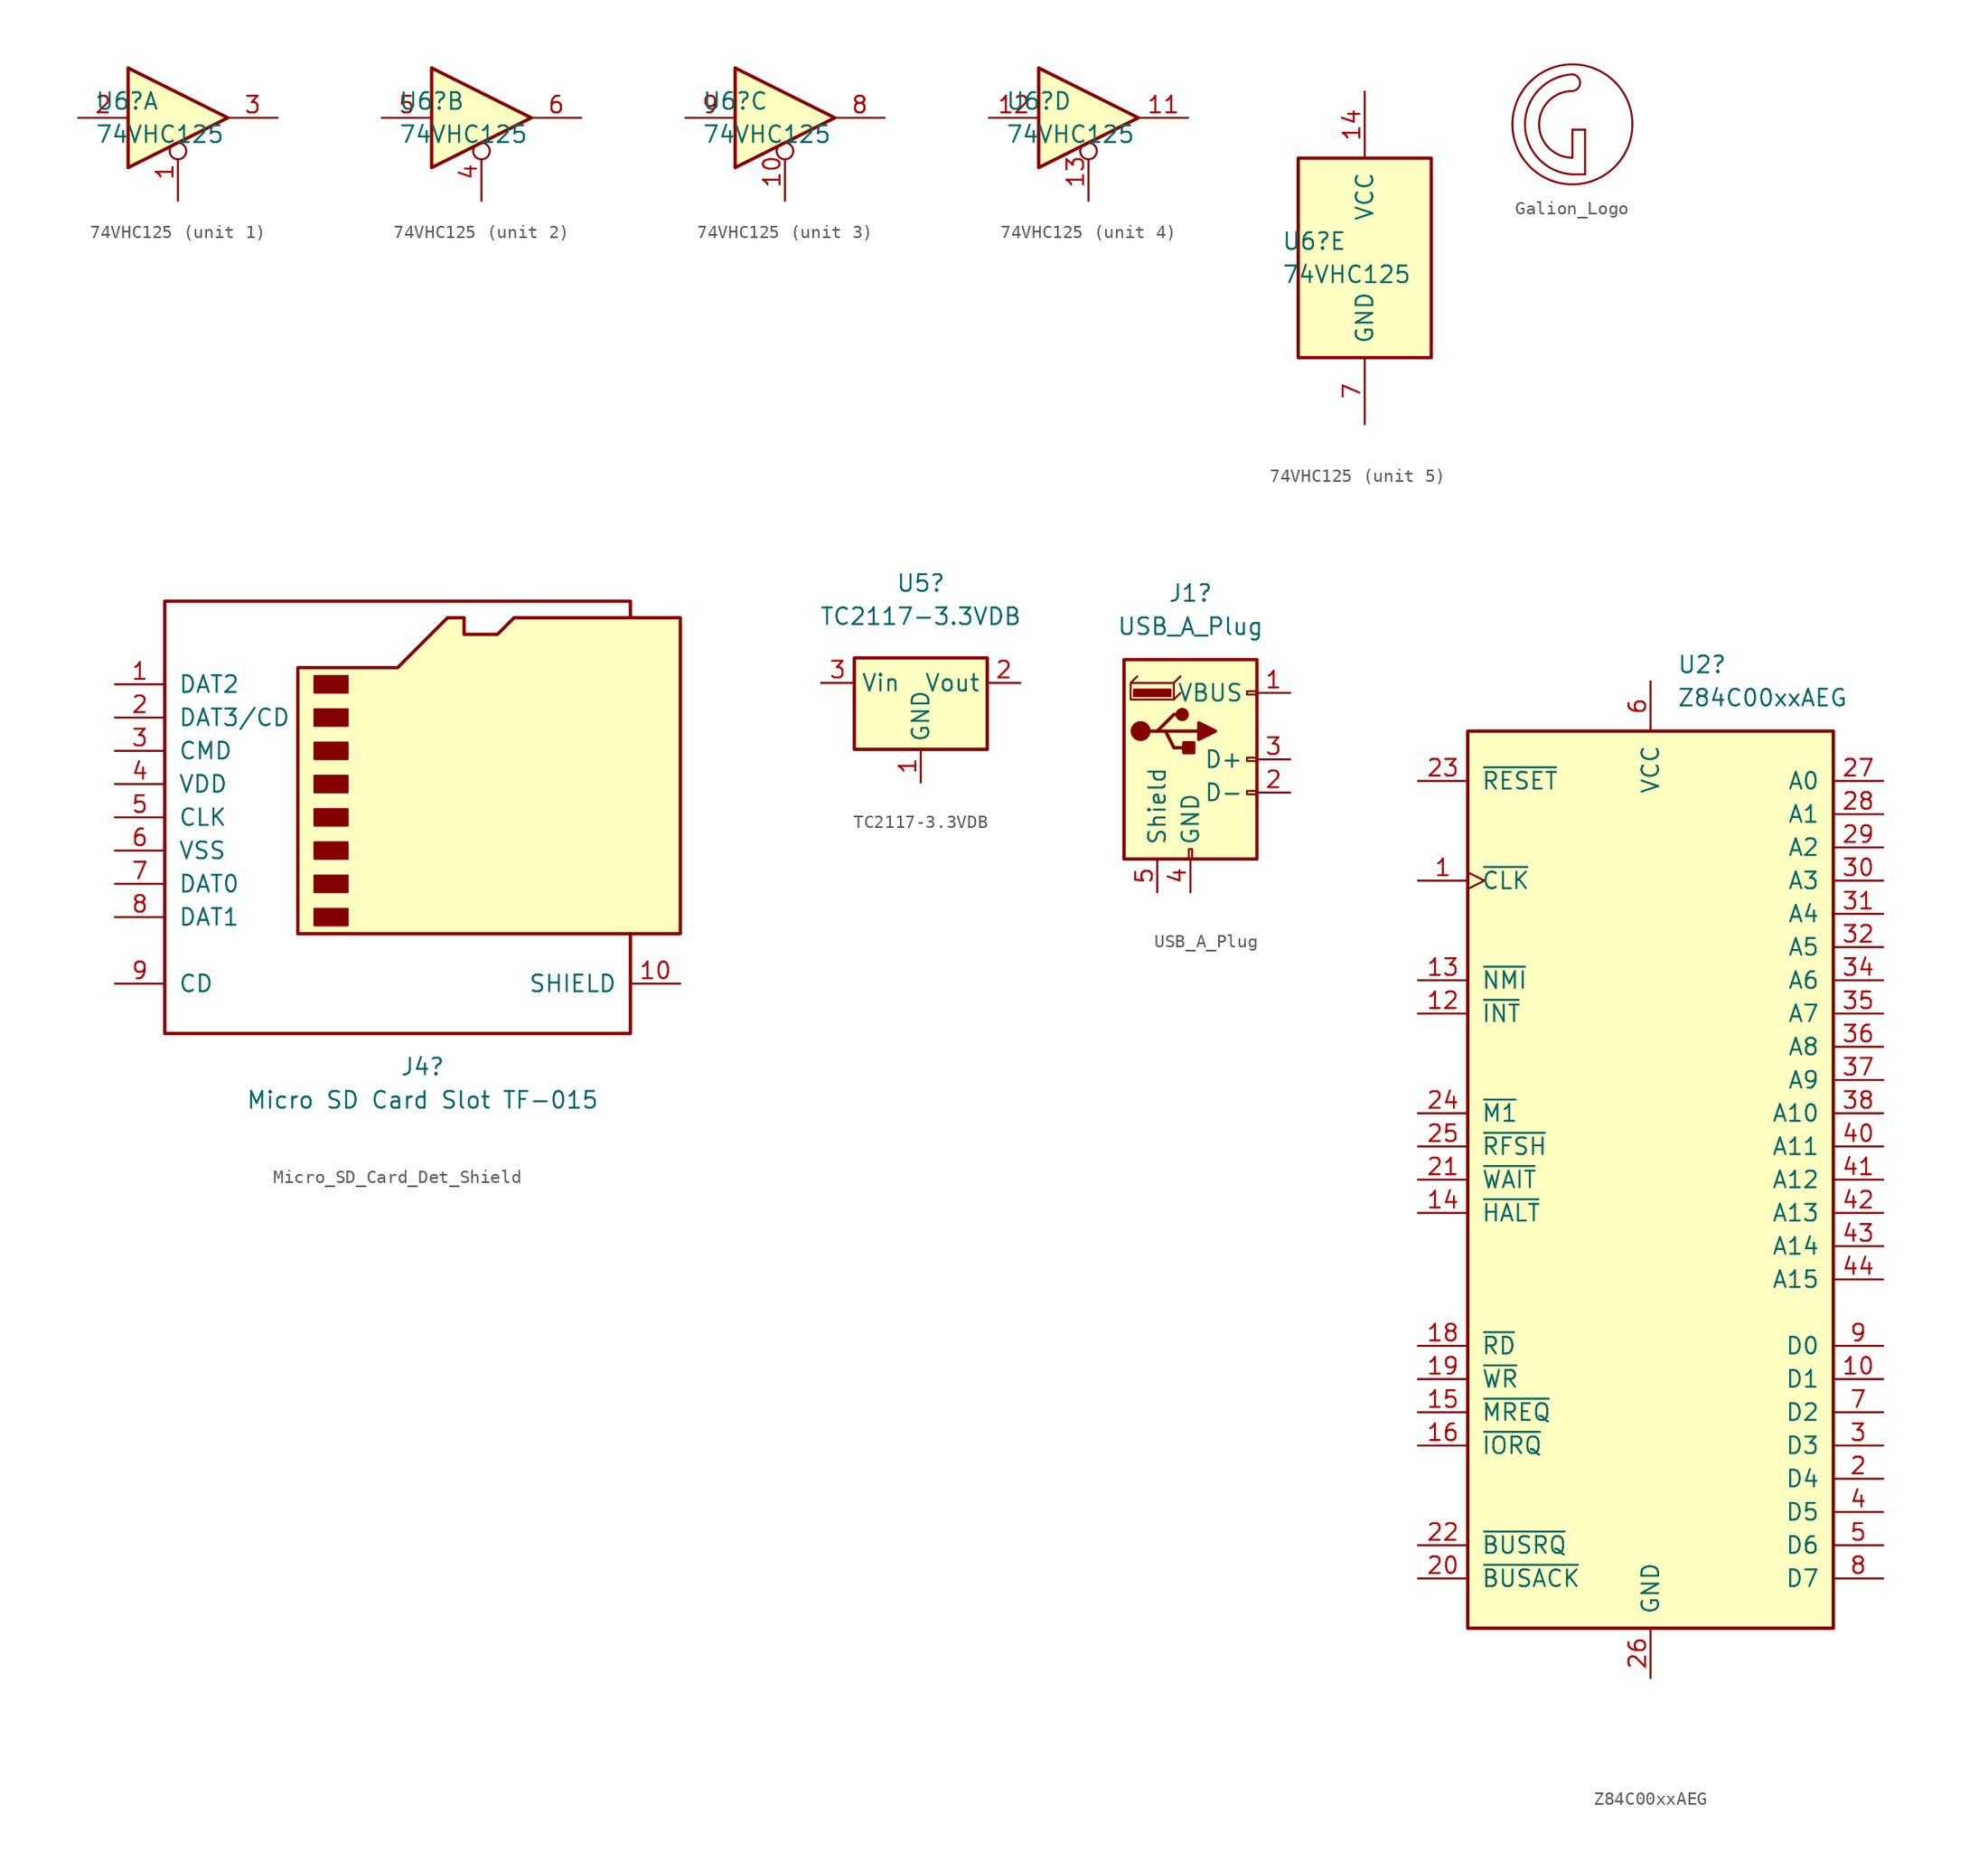
<source format=kicad_sym>
(kicad_symbol_lib
  (version 20220914)
  (generator kicad_symbol_editor)
  (symbol "74VHC125"
    (pin_names
      (offset 1.016))
    (property "Reference" "U6"
      (at -6.35 1.27 0)
      (effects (font (size 1.27 1.27)) (justify left)))
    (property "Value" "74VHC125"
      (at -6.35 -1.27 0)
      (effects (font (size 1.27 1.27)) (justify left)))
    (property "ki_locked" ""
      (at 0 0 0)
      (effects (font (size 1.27 1.27))))
    (symbol "74VHC125_1_0"
      (polyline (pts (xy -3.81 3.81) (xy -3.81 -3.81) (xy 3.81 0) (xy -3.81 3.81)) (stroke (width 0.254) (type default)) (fill (type background)))
      (pin input inverted (at 0 -6.35 90) (length 4.445) (name "~" (effects (font (size 1.27 1.27)))) (number "1" (effects (font (size 1.27 1.27)))))
      (pin input line (at -7.62 0 0) (length 3.81) (name "~" (effects (font (size 1.27 1.27)))) (number "2" (effects (font (size 1.27 1.27)))))
      (pin tri_state line (at 7.62 0 180) (length 3.81) (name "~" (effects (font (size 1.27 1.27)))) (number "3" (effects (font (size 1.27 1.27))))))
    (symbol "74VHC125_2_0"
      (polyline (pts (xy -3.81 3.81) (xy -3.81 -3.81) (xy 3.81 0) (xy -3.81 3.81)) (stroke (width 0.254) (type default)) (fill (type background)))
      (pin input inverted (at 0 -6.35 90) (length 4.445) (name "~" (effects (font (size 1.27 1.27)))) (number "4" (effects (font (size 1.27 1.27)))))
      (pin input line (at -7.62 0 0) (length 3.81) (name "~" (effects (font (size 1.27 1.27)))) (number "5" (effects (font (size 1.27 1.27)))))
      (pin tri_state line (at 7.62 0 180) (length 3.81) (name "~" (effects (font (size 1.27 1.27)))) (number "6" (effects (font (size 1.27 1.27))))))
    (symbol "74VHC125_3_0"
      (polyline (pts (xy -3.81 3.81) (xy -3.81 -3.81) (xy 3.81 0) (xy -3.81 3.81)) (stroke (width 0.254) (type default)) (fill (type background)))
      (pin input inverted (at 0 -6.35 90) (length 4.445) (name "~" (effects (font (size 1.27 1.27)))) (number "10" (effects (font (size 1.27 1.27)))))
      (pin tri_state line (at 7.62 0 180) (length 3.81) (name "~" (effects (font (size 1.27 1.27)))) (number "8" (effects (font (size 1.27 1.27)))))
      (pin input line (at -7.62 0 0) (length 3.81) (name "~" (effects (font (size 1.27 1.27)))) (number "9" (effects (font (size 1.27 1.27))))))
    (symbol "74VHC125_4_0"
      (polyline (pts (xy -3.81 3.81) (xy -3.81 -3.81) (xy 3.81 0) (xy -3.81 3.81)) (stroke (width 0.254) (type default)) (fill (type background)))
      (pin tri_state line (at 7.62 0 180) (length 3.81) (name "~" (effects (font (size 1.27 1.27)))) (number "11" (effects (font (size 1.27 1.27)))))
      (pin input line (at -7.62 0 0) (length 3.81) (name "~" (effects (font (size 1.27 1.27)))) (number "12" (effects (font (size 1.27 1.27)))))
      (pin input inverted (at 0 -6.35 90) (length 4.445) (name "~" (effects (font (size 1.27 1.27)))) (number "13" (effects (font (size 1.27 1.27))))))
    (symbol "74VHC125_5_0"
      (pin power_in line (at 0 12.7 270) (length 5.08) (name "VCC" (effects (font (size 1.27 1.27)))) (number "14" (effects (font (size 1.27 1.27)))))
      (pin power_in line (at 0 -12.7 90) (length 5.08) (name "GND" (effects (font (size 1.27 1.27)))) (number "7" (effects (font (size 1.27 1.27))))))
    (symbol "74VHC125_5_1"
      (rectangle (start -5.08 7.62) (end 5.08 -7.62) (stroke (width 0.254) (type default)) (fill (type background)))))
  (symbol "Galion_Logo"
    (pin_names
      (offset 1.016))
    (property "Reference" "SYM1"
      (at -6.35 0 0)
      (effects (font (size 1.27 1.27)) hide))
    (symbol "Galion_Logo_0_1"
      (polyline (pts (xy 0 -3.81) (xy 0.965 -3.81)) (stroke (width 0) (type default)) (fill (type none)))
      (polyline (pts (xy 0 -2.54) (xy 0 -0.406)) (stroke (width 0) (type default)) (fill (type none)))
      (polyline (pts (xy 0 -0.406) (xy 0.965 -0.406)) (stroke (width 0) (type default)) (fill (type none)))
      (polyline (pts (xy 0.965 -0.406) (xy 0.965 -3.81)) (stroke (width 0) (type default)) (fill (type none)))
      (circle (center 0 0) (radius 4.572) (stroke (width 0) (type default)) (fill (type none)))
      (arc (start 0 2.54) (mid -2.529 0) (end 0 -2.54) (stroke (width 0) (type default)) (fill (type none)))
      (arc (start 0 3.81) (mid -3.6161 0) (end 0 -3.81) (stroke (width 0) (type default)) (fill (type none)))
      (arc (start 0.0254 2.54) (mid 0.5887 3.1866) (end 0 3.81) (stroke (width 0) (type default)) (fill (type none)))))
  (symbol "Micro_SD_Card_Det_Shield"
    (pin_names
      (offset 1.016))
    (property "Reference" "J4"
      (at 0.635 -19.05 0)
      (effects (font (size 1.27 1.27))))
    (property "Value" "Micro SD Card Slot TF-015"
      (at 0.635 -21.59 0)
      (effects (font (size 1.27 1.27))))
    (symbol "Micro_SD_Card_Det_Shield_0_1"
      (rectangle (start -7.62 -6.985) (end -5.08 -8.255) (stroke (width 0) (type default)) (fill (type outline)))
      (rectangle (start -7.62 -4.445) (end -5.08 -5.715) (stroke (width 0) (type default)) (fill (type outline)))
      (rectangle (start -7.62 -1.905) (end -5.08 -3.175) (stroke (width 0) (type default)) (fill (type outline)))
      (rectangle (start -7.62 0.635) (end -5.08 -0.635) (stroke (width 0) (type default)) (fill (type outline)))
      (rectangle (start -7.62 3.175) (end -5.08 1.905) (stroke (width 0) (type default)) (fill (type outline)))
      (rectangle (start -7.62 5.715) (end -5.08 4.445) (stroke (width 0) (type default)) (fill (type outline)))
      (rectangle (start -7.62 8.255) (end -5.08 6.985) (stroke (width 0) (type default)) (fill (type outline)))
      (rectangle (start -7.62 10.795) (end -5.08 9.525) (stroke (width 0) (type default)) (fill (type outline)))
      (polyline (pts (xy 16.51 15.24) (xy 16.51 16.51) (xy -19.05 16.51) (xy -19.05 -16.51) (xy 16.51 -16.51) (xy 16.51 -8.89)) (stroke (width 0.254) (type default)) (fill (type none)))
      (polyline (pts (xy -8.89 -8.89) (xy -8.89 11.43) (xy -1.27 11.43) (xy 2.54 15.24) (xy 3.81 15.24) (xy 3.81 13.97) (xy 6.35 13.97) (xy 7.62 15.24) (xy 20.32 15.24) (xy 20.32 -8.89) (xy -8.89 -8.89)) (stroke (width 0.254) (type default)) (fill (type background))))
    (symbol "Micro_SD_Card_Det_Shield_1_1"
      (pin bidirectional line (at -22.86 10.16 0) (length 3.81) (name "DAT2" (effects (font (size 1.27 1.27)))) (number "1" (effects (font (size 1.27 1.27)))))
      (pin passive line (at 20.32 -12.7 180) (length 3.81) (name "SHIELD" (effects (font (size 1.27 1.27)))) (number "10" (effects (font (size 1.27 1.27)))))
      (pin bidirectional line (at -22.86 7.62 0) (length 3.81) (name "DAT3/CD" (effects (font (size 1.27 1.27)))) (number "2" (effects (font (size 1.27 1.27)))))
      (pin input line (at -22.86 5.08 0) (length 3.81) (name "CMD" (effects (font (size 1.27 1.27)))) (number "3" (effects (font (size 1.27 1.27)))))
      (pin power_in line (at -22.86 2.54 0) (length 3.81) (name "VDD" (effects (font (size 1.27 1.27)))) (number "4" (effects (font (size 1.27 1.27)))))
      (pin input line (at -22.86 0 0) (length 3.81) (name "CLK" (effects (font (size 1.27 1.27)))) (number "5" (effects (font (size 1.27 1.27)))))
      (pin power_in line (at -22.86 -2.54 0) (length 3.81) (name "VSS" (effects (font (size 1.27 1.27)))) (number "6" (effects (font (size 1.27 1.27)))))
      (pin bidirectional line (at -22.86 -5.08 0) (length 3.81) (name "DAT0" (effects (font (size 1.27 1.27)))) (number "7" (effects (font (size 1.27 1.27)))))
      (pin bidirectional line (at -22.86 -7.62 0) (length 3.81) (name "DAT1" (effects (font (size 1.27 1.27)))) (number "8" (effects (font (size 1.27 1.27)))))
      (pin passive line (at -22.86 -12.7 0) (length 3.81) (name "CD" (effects (font (size 1.27 1.27)))) (number "9" (effects (font (size 1.27 1.27)))))))
  (symbol "TC2117-3.3VDB"
    (property "Reference" "U5"
      (at 0 7.62 0)
      (effects (font (size 1.27 1.27))))
    (property "Value" "TC2117-3.3VDB"
      (at 0 5.08 0)
      (effects (font (size 1.27 1.27))))
    (symbol "TC2117-3.3VDB_0_1"
      (rectangle (start -5.08 -5.08) (end 5.08 1.905) (stroke (width 0.254) (type default)) (fill (type background))))
    (symbol "TC2117-3.3VDB_1_1"
      (pin power_in line (at 0 -7.62 90) (length 2.54) (name "GND" (effects (font (size 1.27 1.27)))) (number "1" (effects (font (size 1.27 1.27)))))
      (pin power_out line (at 7.62 0 180) (length 2.54) (name "Vout" (effects (font (size 1.27 1.27)))) (number "2" (effects (font (size 1.27 1.27)))))
      (pin power_in line (at -7.62 0 0) (length 2.54) (name "Vin" (effects (font (size 1.27 1.27)))) (number "3" (effects (font (size 1.27 1.27)))))
      (pin passive line (at 7.62 0 180) (length 2.54) hide (name "Vout" (effects (font (size 1.27 1.27)))) (number "4" (effects (font (size 1.27 1.27)))))))
  (symbol "USB_A_Plug"
    (pin_names
      (offset 1.016))
    (property "Reference" "J1"
      (at 0 12.7 0)
      (effects (font (size 1.27 1.27))))
    (property "Value" "USB_A_Plug"
      (at 0 10.16 0)
      (effects (font (size 1.27 1.27))))
    (symbol "USB_A_Plug_0_1"
      (rectangle (start -5.08 -7.62) (end 5.08 7.62) (stroke (width 0.254) (type default)) (fill (type background)))
      (circle (center -3.81 2.159) (radius 0.635) (stroke (width 0.254) (type default)) (fill (type outline)))
      (rectangle (start -1.524 4.826) (end -4.318 5.334) (stroke (width 0) (type default)) (fill (type outline)))
      (rectangle (start -1.27 4.572) (end -4.572 5.842) (stroke (width 0) (type default)) (fill (type none)))
      (circle (center -0.635 3.429) (radius 0.381) (stroke (width 0.254) (type default)) (fill (type outline)))
      (rectangle (start -0.127 -7.62) (end 0.127 -6.858) (stroke (width 0) (type default)) (fill (type none)))
      (polyline (pts (xy -4.572 5.842) (xy -4.064 6.35)) (stroke (width 0) (type default)) (fill (type none)))
      (polyline (pts (xy -1.27 4.572) (xy -0.762 5.08)) (stroke (width 0) (type default)) (fill (type none)))
      (polyline (pts (xy -1.27 5.842) (xy -0.762 6.35)) (stroke (width 0) (type default)) (fill (type none)))
      (polyline (pts (xy -3.175 2.159) (xy -2.54 2.159) (xy -1.27 3.429) (xy -0.635 3.429)) (stroke (width 0.254) (type default)) (fill (type none)))
      (polyline (pts (xy -2.54 2.159) (xy -1.905 2.159) (xy -1.27 0.889) (xy 0 0.889)) (stroke (width 0.254) (type default)) (fill (type none)))
      (polyline (pts (xy 0.635 2.794) (xy 0.635 1.524) (xy 1.905 2.159) (xy 0.635 2.794)) (stroke (width 0.254) (type default)) (fill (type outline)))
      (rectangle (start 0.254 1.27) (end -0.508 0.508) (stroke (width 0.254) (type default)) (fill (type outline)))
      (rectangle (start 5.08 -2.667) (end 4.318 -2.413) (stroke (width 0) (type default)) (fill (type none)))
      (rectangle (start 5.08 -0.127) (end 4.318 0.127) (stroke (width 0) (type default)) (fill (type none)))
      (rectangle (start 5.08 4.953) (end 4.318 5.207) (stroke (width 0) (type default)) (fill (type none))))
    (symbol "USB_A_Plug_1_1"
      (polyline (pts (xy -1.905 2.159) (xy 0.635 2.159)) (stroke (width 0.254) (type default)) (fill (type none)))
      (pin power_out line (at 7.62 5.08 180) (length 2.54) (name "VBUS" (effects (font (size 1.27 1.27)))) (number "1" (effects (font (size 1.27 1.27)))))
      (pin bidirectional line (at 7.62 -2.54 180) (length 2.54) (name "D-" (effects (font (size 1.27 1.27)))) (number "2" (effects (font (size 1.27 1.27)))))
      (pin bidirectional line (at 7.62 0 180) (length 2.54) (name "D+" (effects (font (size 1.27 1.27)))) (number "3" (effects (font (size 1.27 1.27)))))
      (pin power_out line (at 0 -10.16 90) (length 2.54) (name "GND" (effects (font (size 1.27 1.27)))) (number "4" (effects (font (size 1.27 1.27)))))
      (pin passive line (at -2.54 -10.16 90) (length 2.54) (name "Shield" (effects (font (size 1.27 1.27)))) (number "5" (effects (font (size 1.27 1.27)))))))
  (symbol "Z84C00xxAEG"
    (pin_names
      (offset 1.016))
    (property "Reference" "U2"
      (at 2.019 39.37 0)
      (effects (font (size 1.27 1.27)) (justify left)))
    (property "Value" "Z84C00xxAEG"
      (at 2.019 36.83 0)
      (effects (font (size 1.27 1.27)) (justify left)))
    (symbol "Z84C00xxAEG_0_1"
      (rectangle (start -13.97 34.29) (end 13.97 -34.29) (stroke (width 0.254) (type default)) (fill (type background))))
    (symbol "Z84C00xxAEG_1_1"
      (pin input clock (at -17.78 22.86 0) (length 3.81) (name "~{CLK}" (effects (font (size 1.27 1.27)))) (number "1" (effects (font (size 1.27 1.27)))))
      (pin bidirectional line (at 17.78 -15.24 180) (length 3.81) (name "D1" (effects (font (size 1.27 1.27)))) (number "10" (effects (font (size 1.27 1.27)))))
      (pin no_connect line (at -13.97 26.67 0) (length 2.54) hide (name "NC" (effects (font (size 1.27 1.27)))) (number "11" (effects (font (size 1.27 1.27)))))
      (pin input line (at -17.78 12.7 0) (length 3.81) (name "~{INT}" (effects (font (size 1.27 1.27)))) (number "12" (effects (font (size 1.27 1.27)))))
      (pin input line (at -17.78 15.24 0) (length 3.81) (name "~{NMI}" (effects (font (size 1.27 1.27)))) (number "13" (effects (font (size 1.27 1.27)))))
      (pin output line (at -17.78 -2.54 0) (length 3.81) (name "~{HALT}" (effects (font (size 1.27 1.27)))) (number "14" (effects (font (size 1.27 1.27)))))
      (pin output line (at -17.78 -17.78 0) (length 3.81) (name "~{MREQ}" (effects (font (size 1.27 1.27)))) (number "15" (effects (font (size 1.27 1.27)))))
      (pin output line (at -17.78 -20.32 0) (length 3.81) (name "~{IORQ}" (effects (font (size 1.27 1.27)))) (number "16" (effects (font (size 1.27 1.27)))))
      (pin no_connect line (at -13.97 19.05 0) (length 2.54) hide (name "NC" (effects (font (size 1.27 1.27)))) (number "17" (effects (font (size 1.27 1.27)))))
      (pin output line (at -17.78 -12.7 0) (length 3.81) (name "~{RD}" (effects (font (size 1.27 1.27)))) (number "18" (effects (font (size 1.27 1.27)))))
      (pin output line (at -17.78 -15.24 0) (length 3.81) (name "~{WR}" (effects (font (size 1.27 1.27)))) (number "19" (effects (font (size 1.27 1.27)))))
      (pin bidirectional line (at 17.78 -22.86 180) (length 3.81) (name "D4" (effects (font (size 1.27 1.27)))) (number "2" (effects (font (size 1.27 1.27)))))
      (pin output line (at -17.78 -30.48 0) (length 3.81) (name "~{BUSACK}" (effects (font (size 1.27 1.27)))) (number "20" (effects (font (size 1.27 1.27)))))
      (pin input line (at -17.78 0 0) (length 3.81) (name "~{WAIT}" (effects (font (size 1.27 1.27)))) (number "21" (effects (font (size 1.27 1.27)))))
      (pin input line (at -17.78 -27.94 0) (length 3.81) (name "~{BUSRQ}" (effects (font (size 1.27 1.27)))) (number "22" (effects (font (size 1.27 1.27)))))
      (pin input line (at -17.78 30.48 0) (length 3.81) (name "~{RESET}" (effects (font (size 1.27 1.27)))) (number "23" (effects (font (size 1.27 1.27)))))
      (pin output line (at -17.78 5.08 0) (length 3.81) (name "~{M1}" (effects (font (size 1.27 1.27)))) (number "24" (effects (font (size 1.27 1.27)))))
      (pin output line (at -17.78 2.54 0) (length 3.81) (name "~{RFSH}" (effects (font (size 1.27 1.27)))) (number "25" (effects (font (size 1.27 1.27)))))
      (pin power_in line (at 0 -38.1 90) (length 3.81) (name "GND" (effects (font (size 1.27 1.27)))) (number "26" (effects (font (size 1.27 1.27)))))
      (pin output line (at 17.78 30.48 180) (length 3.81) (name "A0" (effects (font (size 1.27 1.27)))) (number "27" (effects (font (size 1.27 1.27)))))
      (pin output line (at 17.78 27.94 180) (length 3.81) (name "A1" (effects (font (size 1.27 1.27)))) (number "28" (effects (font (size 1.27 1.27)))))
      (pin output line (at 17.78 25.4 180) (length 3.81) (name "A2" (effects (font (size 1.27 1.27)))) (number "29" (effects (font (size 1.27 1.27)))))
      (pin bidirectional line (at 17.78 -20.32 180) (length 3.81) (name "D3" (effects (font (size 1.27 1.27)))) (number "3" (effects (font (size 1.27 1.27)))))
      (pin output line (at 17.78 22.86 180) (length 3.81) (name "A3" (effects (font (size 1.27 1.27)))) (number "30" (effects (font (size 1.27 1.27)))))
      (pin output line (at 17.78 20.32 180) (length 3.81) (name "A4" (effects (font (size 1.27 1.27)))) (number "31" (effects (font (size 1.27 1.27)))))
      (pin output line (at 17.78 17.78 180) (length 3.81) (name "A5" (effects (font (size 1.27 1.27)))) (number "32" (effects (font (size 1.27 1.27)))))
      (pin no_connect line (at -13.97 8.89 0) (length 2.54) hide (name "NC" (effects (font (size 1.27 1.27)))) (number "33" (effects (font (size 1.27 1.27)))))
      (pin output line (at 17.78 15.24 180) (length 3.81) (name "A6" (effects (font (size 1.27 1.27)))) (number "34" (effects (font (size 1.27 1.27)))))
      (pin output line (at 17.78 12.7 180) (length 3.81) (name "A7" (effects (font (size 1.27 1.27)))) (number "35" (effects (font (size 1.27 1.27)))))
      (pin output line (at 17.78 10.16 180) (length 3.81) (name "A8" (effects (font (size 1.27 1.27)))) (number "36" (effects (font (size 1.27 1.27)))))
      (pin output line (at 17.78 7.62 180) (length 3.81) (name "A9" (effects (font (size 1.27 1.27)))) (number "37" (effects (font (size 1.27 1.27)))))
      (pin output line (at 17.78 5.08 180) (length 3.81) (name "A10" (effects (font (size 1.27 1.27)))) (number "38" (effects (font (size 1.27 1.27)))))
      (pin no_connect line (at -13.97 -7.62 0) (length 2.54) hide (name "NC" (effects (font (size 1.27 1.27)))) (number "39" (effects (font (size 1.27 1.27)))))
      (pin bidirectional line (at 17.78 -25.4 180) (length 3.81) (name "D5" (effects (font (size 1.27 1.27)))) (number "4" (effects (font (size 1.27 1.27)))))
      (pin output line (at 17.78 2.54 180) (length 3.81) (name "A11" (effects (font (size 1.27 1.27)))) (number "40" (effects (font (size 1.27 1.27)))))
      (pin output line (at 17.78 0 180) (length 3.81) (name "A12" (effects (font (size 1.27 1.27)))) (number "41" (effects (font (size 1.27 1.27)))))
      (pin output line (at 17.78 -2.54 180) (length 3.81) (name "A13" (effects (font (size 1.27 1.27)))) (number "42" (effects (font (size 1.27 1.27)))))
      (pin output line (at 17.78 -5.08 180) (length 3.81) (name "A14" (effects (font (size 1.27 1.27)))) (number "43" (effects (font (size 1.27 1.27)))))
      (pin output line (at 17.78 -7.62 180) (length 3.81) (name "A15" (effects (font (size 1.27 1.27)))) (number "44" (effects (font (size 1.27 1.27)))))
      (pin bidirectional line (at 17.78 -27.94 180) (length 3.81) (name "D6" (effects (font (size 1.27 1.27)))) (number "5" (effects (font (size 1.27 1.27)))))
      (pin power_in line (at 0 38.1 270) (length 3.81) (name "VCC" (effects (font (size 1.27 1.27)))) (number "6" (effects (font (size 1.27 1.27)))))
      (pin bidirectional line (at 17.78 -17.78 180) (length 3.81) (name "D2" (effects (font (size 1.27 1.27)))) (number "7" (effects (font (size 1.27 1.27)))))
      (pin bidirectional line (at 17.78 -30.48 180) (length 3.81) (name "D7" (effects (font (size 1.27 1.27)))) (number "8" (effects (font (size 1.27 1.27)))))
      (pin bidirectional line (at 17.78 -12.7 180) (length 3.81) (name "D0" (effects (font (size 1.27 1.27)))) (number "9" (effects (font (size 1.27 1.27))))))))
</source>
